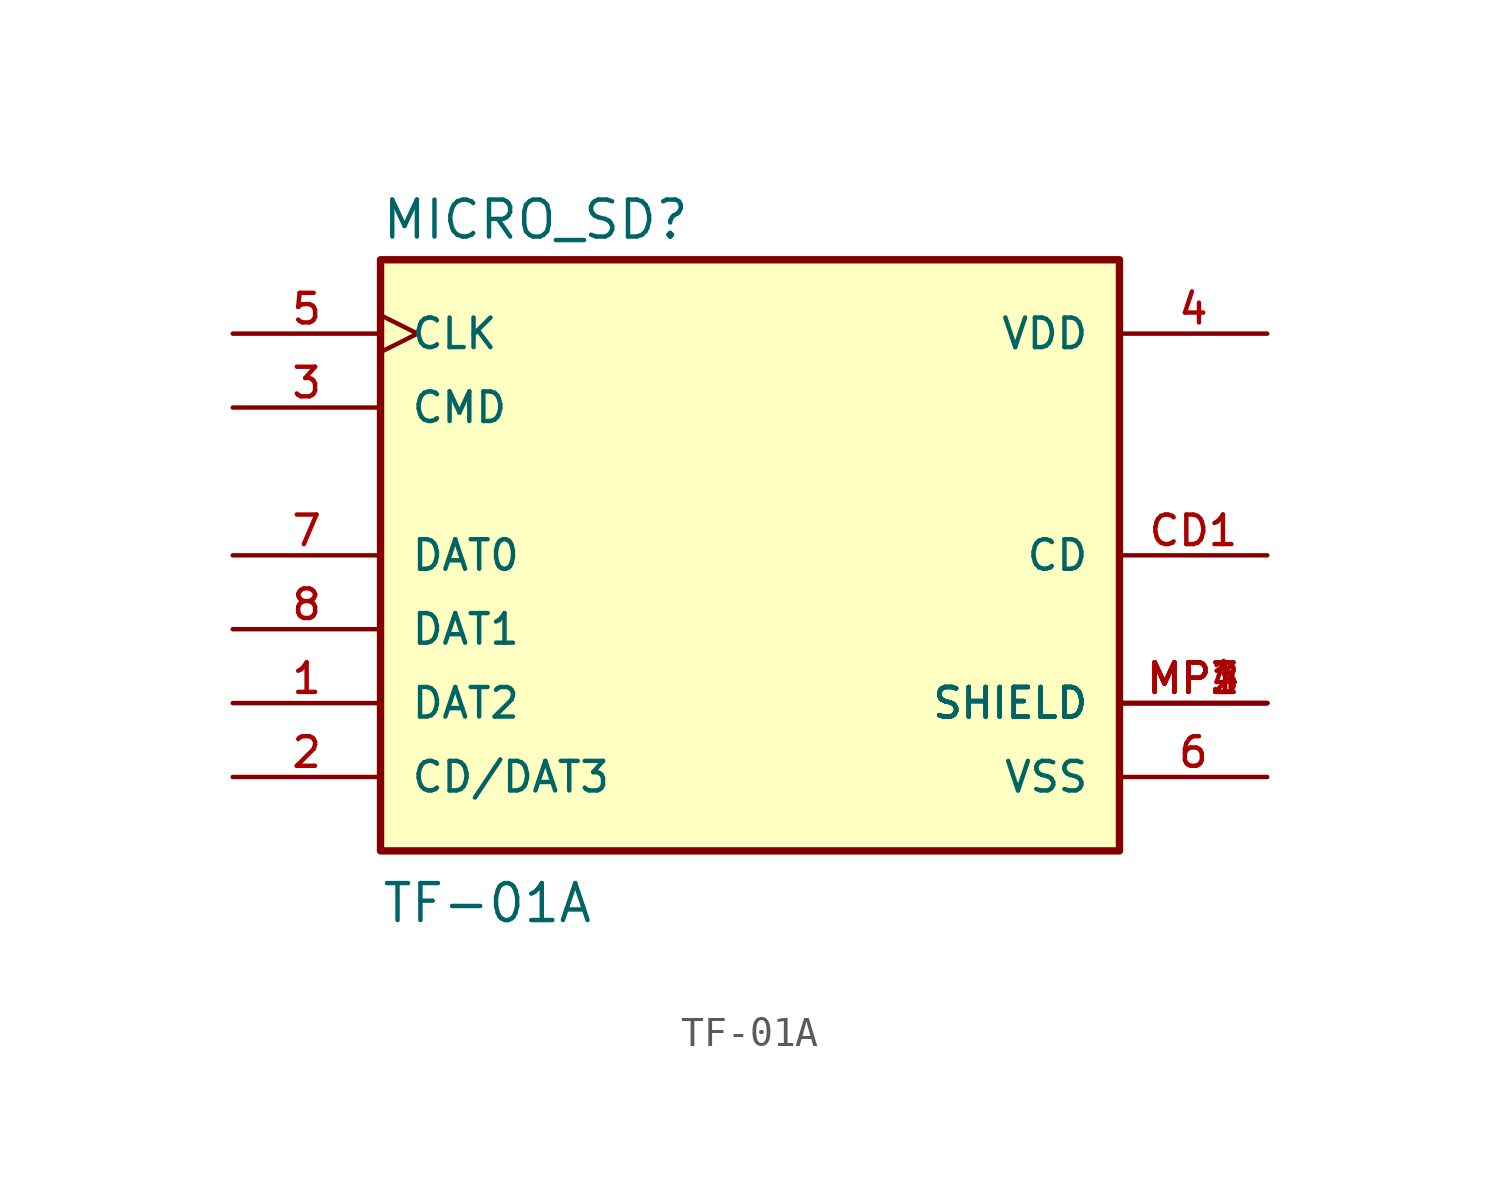
<source format=kicad_sym>
(kicad_symbol_lib
  (version 20211014)
  (generator kicad_symbol_editor)
  (symbol "TF-01A"
    (pin_names
      (offset 1.016))
    (property "Reference" "MICRO_SD"
      (at -12.7 10.795 0)
      (effects (font (size 1.27 1.27)) (justify bottom left)))
    (property "Value" "TF-01A"
      (at -12.7 -12.7 0)
      (effects (font (size 1.27 1.27)) (justify bottom left)))
    (symbol "TF-01A_0_0"
      (rectangle (start -12.7 -10.16) (end 12.7 10.16) (stroke (width 0.254)) (fill (type background)))
      (pin bidirectional line (at -17.78 -5.08 0) (length 5.08) (name "DAT2" (effects (font (size 1.016 1.016)))) (number "1" (effects (font (size 1.016 1.016)))))
      (pin bidirectional line (at -17.78 -7.62 0) (length 5.08) (name "CD/DAT3" (effects (font (size 1.016 1.016)))) (number "2" (effects (font (size 1.016 1.016)))))
      (pin bidirectional line (at -17.78 5.08 0) (length 5.08) (name "CMD" (effects (font (size 1.016 1.016)))) (number "3" (effects (font (size 1.016 1.016)))))
      (pin power_in line (at 17.78 7.62 180.0) (length 5.08) (name "VDD" (effects (font (size 1.016 1.016)))) (number "4" (effects (font (size 1.016 1.016)))))
      (pin bidirectional clock (at -17.78 7.62 0) (length 5.08) (name "CLK" (effects (font (size 1.016 1.016)))) (number "5" (effects (font (size 1.016 1.016)))))
      (pin power_in line (at 17.78 -7.62 180.0) (length 5.08) (name "VSS" (effects (font (size 1.016 1.016)))) (number "6" (effects (font (size 1.016 1.016)))))
      (pin bidirectional line (at -17.78 0.0 0) (length 5.08) (name "DAT0" (effects (font (size 1.016 1.016)))) (number "7" (effects (font (size 1.016 1.016)))))
      (pin bidirectional line (at -17.78 -2.54 0) (length 5.08) (name "DAT1" (effects (font (size 1.016 1.016)))) (number "8" (effects (font (size 1.016 1.016)))))
      (pin passive line (at 17.78 0.0 180.0) (length 5.08) (name "CD" (effects (font (size 1.016 1.016)))) (number "CD1" (effects (font (size 1.016 1.016)))))
      (pin power_in line (at 17.78 -5.08 180.0) (length 5.08) (name "SHIELD" (effects (font (size 1.016 1.016)))) (number "MP1" (effects (font (size 1.016 1.016)))))
      (pin power_in line (at 17.78 -5.08 180.0) (length 5.08) (name "SHIELD" (effects (font (size 1.016 1.016)))) (number "MP2" (effects (font (size 1.016 1.016)))))
      (pin power_in line (at 17.78 -5.08 180.0) (length 5.08) (name "SHIELD" (effects (font (size 1.016 1.016)))) (number "MP3" (effects (font (size 1.016 1.016)))))
      (pin power_in line (at 17.78 -5.08 180.0) (length 5.08) (name "SHIELD" (effects (font (size 1.016 1.016)))) (number "MP4" (effects (font (size 1.016 1.016))))))))
</source>
